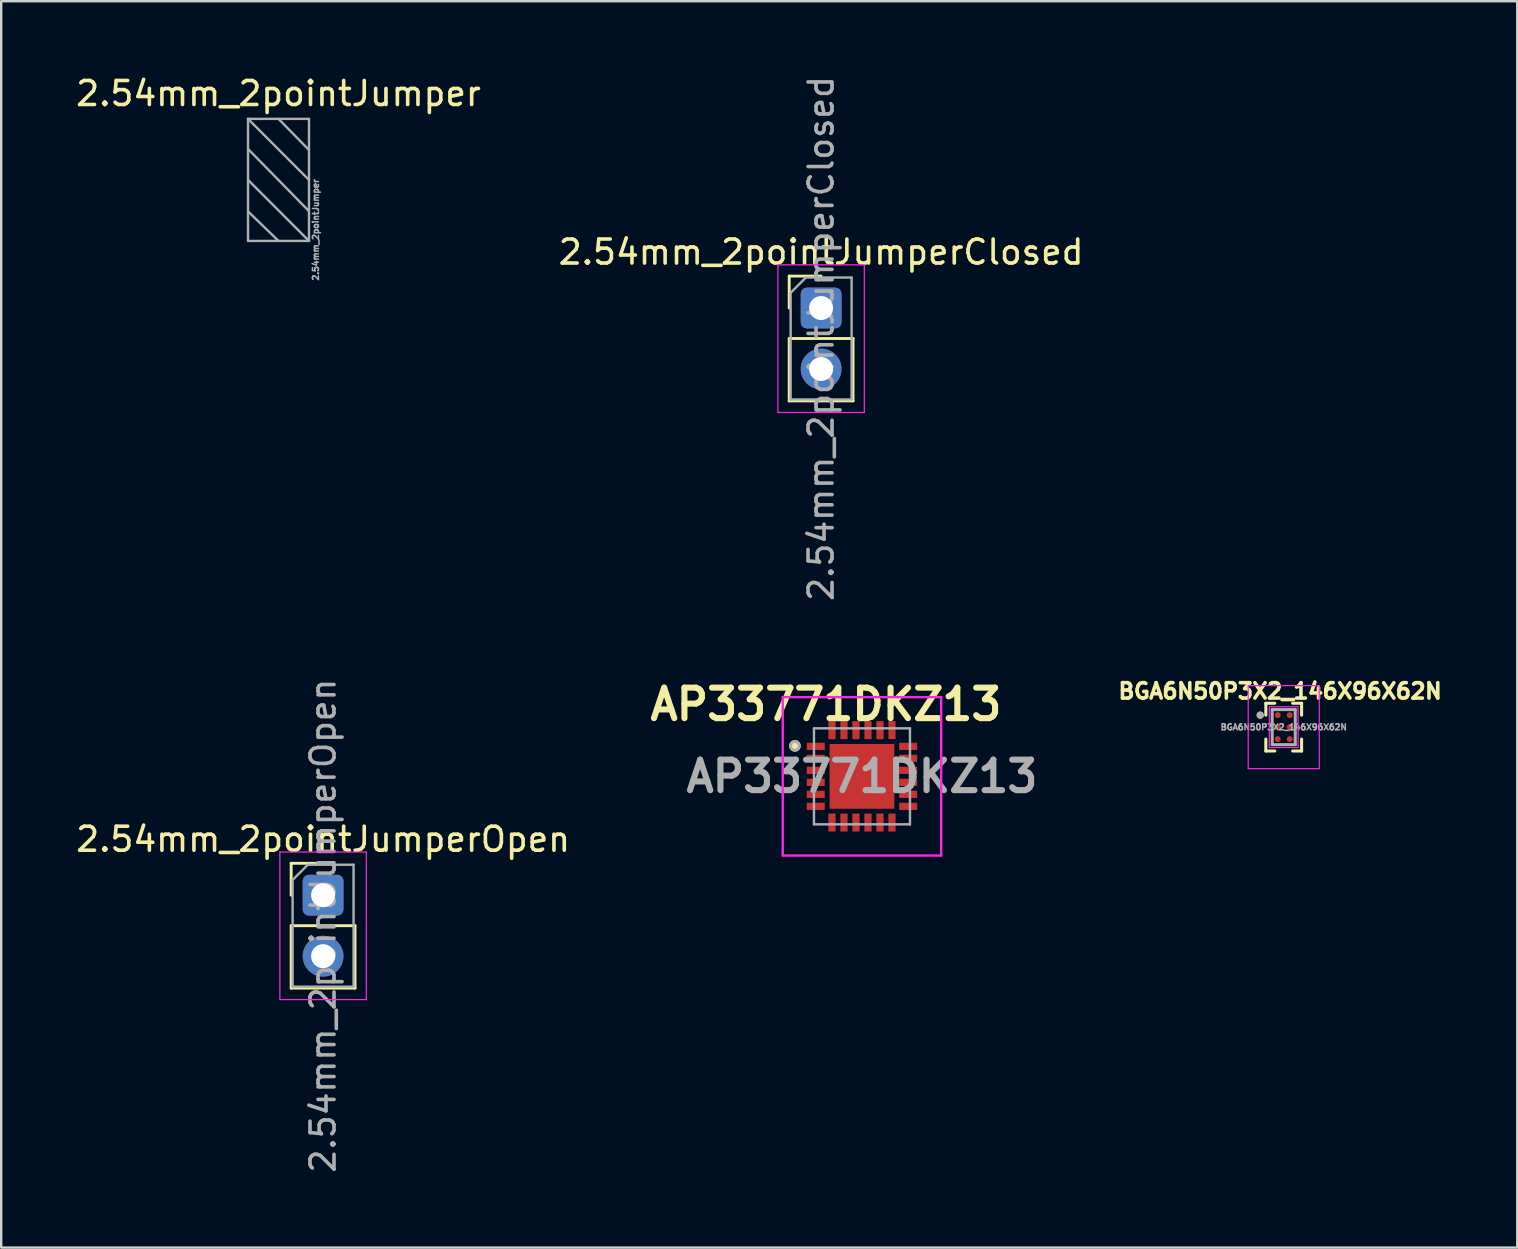
<source format=kicad_pcb>
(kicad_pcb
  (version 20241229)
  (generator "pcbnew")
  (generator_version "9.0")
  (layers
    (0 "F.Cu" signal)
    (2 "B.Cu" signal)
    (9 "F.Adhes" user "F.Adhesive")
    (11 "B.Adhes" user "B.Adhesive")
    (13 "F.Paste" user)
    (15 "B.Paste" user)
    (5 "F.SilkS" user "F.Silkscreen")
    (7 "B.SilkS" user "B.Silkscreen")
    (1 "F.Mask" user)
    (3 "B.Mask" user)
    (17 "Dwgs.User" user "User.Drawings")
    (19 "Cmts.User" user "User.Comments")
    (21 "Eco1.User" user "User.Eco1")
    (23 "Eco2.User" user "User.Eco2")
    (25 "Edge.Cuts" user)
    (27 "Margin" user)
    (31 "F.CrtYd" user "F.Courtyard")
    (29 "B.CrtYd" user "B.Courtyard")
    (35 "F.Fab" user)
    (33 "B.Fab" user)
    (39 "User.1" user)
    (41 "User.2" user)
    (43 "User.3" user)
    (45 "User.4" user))
  (footprint "AP33771DKZ13"
    (layer "F.Cu")
    (at 32.863 29.296)
    (property "Reference" "AP33771DKZ13" (at -1.5 -3 0) (layer "F.SilkS") (effects (font (size 1.27 1.27) (thickness 0.254))))
    (attr smd)
    (fp_circle (center -2.794 -1.27) (end -2.614 -1.27) (stroke (width 0.12) (type solid)) (fill yes) (layer "F.SilkS"))
    (fp_line (start -3.3 -3.3) (end 3.3 -3.3) (stroke (width 0.1) (type solid)) (layer "F.CrtYd"))
    (fp_line (start -3.3 3.3) (end -3.3 -3.3) (stroke (width 0.1) (type solid)) (layer "F.CrtYd"))
    (fp_line (start 3.3 -3.3) (end 3.3 3.3) (stroke (width 0.1) (type solid)) (layer "F.CrtYd"))
    (fp_line (start 3.3 3.3) (end -3.3 3.3) (stroke (width 0.1) (type solid)) (layer "F.CrtYd"))
    (fp_line (start -2 -2) (end 2 -2) (stroke (width 0.1) (type solid)) (layer "F.Fab"))
    (fp_line (start -2 2) (end -2 -2) (stroke (width 0.1) (type solid)) (layer "F.Fab"))
    (fp_line (start 2 -2) (end 2 2) (stroke (width 0.1) (type solid)) (layer "F.Fab"))
    (fp_line (start 2 2) (end -2 2) (stroke (width 0.1) (type solid)) (layer "F.Fab"))
    (fp_circle (center -2.794 -1.27) (end -2.614 -1.27) (stroke (width 0.12) (type solid)) (fill no) (layer "F.Fab"))
    (fp_text user "${REFERENCE}" (at 0 0 0) (layer "F.Fab") (effects (font (size 1.27 1.27) (thickness 0.254))))
    (pad "1" smd rect (at -1.925 -1.25 90) (size 0.3 0.75) (layers "F.Cu" "F.Mask" "F.Paste"))
    (pad "2" smd rect (at -1.925 -0.75 90) (size 0.3 0.75) (layers "F.Cu" "F.Mask" "F.Paste"))
    (pad "3" smd rect (at -1.925 -0.25 90) (size 0.3 0.75) (layers "F.Cu" "F.Mask" "F.Paste"))
    (pad "4" smd rect (at -1.925 0.25 90) (size 0.3 0.75) (layers "F.Cu" "F.Mask" "F.Paste"))
    (pad "5" smd rect (at -1.925 0.75 90) (size 0.3 0.75) (layers "F.Cu" "F.Mask" "F.Paste"))
    (pad "6" smd rect (at -1.925 1.25 90) (size 0.3 0.75) (layers "F.Cu" "F.Mask" "F.Paste"))
    (pad "7" smd rect (at -1.25 1.925) (size 0.3 0.75) (layers "F.Cu" "F.Mask" "F.Paste"))
    (pad "8" smd rect (at -0.75 1.925) (size 0.3 0.75) (layers "F.Cu" "F.Mask" "F.Paste"))
    (pad "9" smd rect (at -0.25 1.925) (size 0.3 0.75) (layers "F.Cu" "F.Mask" "F.Paste"))
    (pad "10" smd rect (at 0.25 1.925) (size 0.3 0.75) (layers "F.Cu" "F.Mask" "F.Paste"))
    (pad "11" smd rect (at 0.75 1.925) (size 0.3 0.75) (layers "F.Cu" "F.Mask" "F.Paste"))
    (pad "12" smd rect (at 1.25 1.925) (size 0.3 0.75) (layers "F.Cu" "F.Mask" "F.Paste"))
    (pad "13" smd rect (at 1.925 1.25 90) (size 0.3 0.75) (layers "F.Cu" "F.Mask" "F.Paste"))
    (pad "14" smd rect (at 1.925 0.75 90) (size 0.3 0.75) (layers "F.Cu" "F.Mask" "F.Paste"))
    (pad "15" smd rect (at 1.925 0.25 90) (size 0.3 0.75) (layers "F.Cu" "F.Mask" "F.Paste"))
    (pad "16" smd rect (at 1.925 -0.25 90) (size 0.3 0.75) (layers "F.Cu" "F.Mask" "F.Paste"))
    (pad "17" smd rect (at 1.925 -0.75 90) (size 0.3 0.75) (layers "F.Cu" "F.Mask" "F.Paste"))
    (pad "18" smd rect (at 1.925 -1.25 90) (size 0.3 0.75) (layers "F.Cu" "F.Mask" "F.Paste"))
    (pad "19" smd rect (at 1.25 -1.925) (size 0.3 0.75) (layers "F.Cu" "F.Mask" "F.Paste"))
    (pad "20" smd rect (at 0.75 -1.925) (size 0.3 0.75) (layers "F.Cu" "F.Mask" "F.Paste"))
    (pad "21" smd rect (at 0.25 -1.925) (size 0.3 0.75) (layers "F.Cu" "F.Mask" "F.Paste"))
    (pad "22" smd rect (at -0.25 -1.925) (size 0.3 0.75) (layers "F.Cu" "F.Mask" "F.Paste"))
    (pad "23" smd rect (at -0.75 -1.925) (size 0.3 0.75) (layers "F.Cu" "F.Mask" "F.Paste"))
    (pad "24" smd rect (at -1.25 -1.925) (size 0.3 0.75) (layers "F.Cu" "F.Mask" "F.Paste"))
    (pad "25" smd rect (at 0 0) (size 2.7 2.7) (layers "F.Cu" "F.Mask" "F.Paste")))
  (footprint "2.54mm_2pointJumper"
    (layer "F.Cu")
    (at 8.554 3.178)
    (property "Reference" "2.54mm_2pointJumper" (at 0 -2.33 0) (layer "F.SilkS") (effects (font (size 1 1) (thickness 0.15))))
    (attr through_hole)
    (fp_line (start -1.27 -1.275) (end 1.27 1.27) (stroke (width 0.1) (type solid)) (layer "F.Fab"))
    (fp_line (start -1.27 1.268) (end 1.27 3.81) (stroke (width 0.1) (type solid)) (layer "F.Fab"))
    (fp_line (start -1.27 3.81) (end -1.27 -1.275) (stroke (width 0.1) (type solid)) (layer "F.Fab"))
    (fp_line (start -1.25 0) (end 1.25 2.55) (stroke (width 0.1) (type solid)) (layer "F.Fab"))
    (fp_line (start -1.25 2.6) (end 0 3.81) (stroke (width 0.1) (type solid)) (layer "F.Fab"))
    (fp_line (start 0 -1.275) (end 1.25 0) (stroke (width 0.1) (type solid)) (layer "F.Fab"))
    (fp_line (start 1.27 -1.275) (end -1.27 -1.275) (stroke (width 0.1) (type solid)) (layer "F.Fab"))
    (fp_line (start 1.27 -1.27) (end 1.27 3.81) (stroke (width 0.1) (type solid)) (layer "F.Fab"))
    (fp_line (start 1.27 3.81) (end -1.27 3.81) (stroke (width 0.1) (type solid)) (layer "F.Fab"))
    (fp_text user "${REFERENCE}" (at 1.55 3.35 90) (layer "F.Fab") (effects (font (size 0.25 0.25) (thickness 0.062)))))
  (footprint "2.54mm_2pointJumperClosed"
    (layer "F.Cu")
    (at 31.161 9.784)
    (property "Reference" "2.54mm_2pointJumperClosed" (at 0 -2.33 0) (layer "F.SilkS") (effects (font (size 1 1) (thickness 0.15))))
    (attr through_hole)
    (fp_line (start -1.33 -1.33) (end 0 -1.33) (stroke (width 0.12) (type solid)) (layer "F.SilkS"))
    (fp_line (start -1.33 0) (end -1.33 -1.33) (stroke (width 0.12) (type solid)) (layer "F.SilkS"))
    (fp_line (start -1.33 1.27) (end -1.33 3.87) (stroke (width 0.12) (type solid)) (layer "F.SilkS"))
    (fp_line (start -1.33 1.27) (end 1.33 1.27) (stroke (width 0.12) (type solid)) (layer "F.SilkS"))
    (fp_line (start -1.33 3.87) (end 1.33 3.87) (stroke (width 0.12) (type solid)) (layer "F.SilkS"))
    (fp_line (start 1.33 1.27) (end 1.33 3.87) (stroke (width 0.12) (type solid)) (layer "F.SilkS"))
    (fp_line (start -1.8 -1.8) (end -1.8 4.35) (stroke (width 0.05) (type solid)) (layer "F.CrtYd"))
    (fp_line (start -1.8 4.35) (end 1.8 4.35) (stroke (width 0.05) (type solid)) (layer "F.CrtYd"))
    (fp_line (start 1.8 -1.8) (end -1.8 -1.8) (stroke (width 0.05) (type solid)) (layer "F.CrtYd"))
    (fp_line (start 1.8 4.35) (end 1.8 -1.8) (stroke (width 0.05) (type solid)) (layer "F.CrtYd"))
    (fp_line (start -1.27 -0.635) (end -0.635 -1.27) (stroke (width 0.1) (type solid)) (layer "F.Fab"))
    (fp_line (start -1.27 3.81) (end -1.27 -0.635) (stroke (width 0.1) (type solid)) (layer "F.Fab"))
    (fp_line (start -0.635 -1.27) (end 1.27 -1.27) (stroke (width 0.1) (type solid)) (layer "F.Fab"))
    (fp_line (start 1.27 -1.27) (end 1.27 3.81) (stroke (width 0.1) (type solid)) (layer "F.Fab"))
    (fp_line (start 1.27 3.81) (end -1.27 3.81) (stroke (width 0.1) (type solid)) (layer "F.Fab"))
    (fp_text user "${REFERENCE}" (at 0 1.27 90) (layer "F.Fab") (effects (font (size 1 1) (thickness 0.15))))
    (pad "1" thru_hole roundrect (at 0 0) (size 1.7 1.7) (drill 1) (layers "*.Cu" "*.Mask") (roundrect_rratio 0.15))
    (pad "2" thru_hole oval (at 0 2.54) (size 1.7 1.7) (drill 1) (layers "*.Cu" "*.Mask")))
  (footprint "BGA6N50P3X2_146X96X62N"
    (layer "F.Cu")
    (at 50.435 27.245)
    (property "Reference" "BGA6N50P3X2_146X96X62N" (at -0.15 -1.5 0) (layer "F.SilkS") (effects (font (size 0.64 0.64) (thickness 0.15))))
    (attr smd)
    (fp_line (start -0.745 -0.995) (end -0.745 -0.497) (stroke (width 0.127) (type solid)) (layer "F.SilkS"))
    (fp_line (start -0.745 -0.995) (end -0.372 -0.995) (stroke (width 0.127) (type solid)) (layer "F.SilkS"))
    (fp_line (start -0.745 0.995) (end -0.745 0.497) (stroke (width 0.127) (type solid)) (layer "F.SilkS"))
    (fp_line (start -0.745 0.995) (end -0.372 0.995) (stroke (width 0.127) (type solid)) (layer "F.SilkS"))
    (fp_line (start 0.745 -0.995) (end 0.372 -0.995) (stroke (width 0.127) (type solid)) (layer "F.SilkS"))
    (fp_line (start 0.745 -0.995) (end 0.745 -0.497) (stroke (width 0.127) (type solid)) (layer "F.SilkS"))
    (fp_line (start 0.745 0.995) (end 0.372 0.995) (stroke (width 0.127) (type solid)) (layer "F.SilkS"))
    (fp_line (start 0.745 0.995) (end 0.745 0.497) (stroke (width 0.127) (type solid)) (layer "F.SilkS"))
    (fp_circle (center -0.98 -0.5) (end -0.905 -0.5) (stroke (width 0.15) (type solid)) (fill no) (layer "F.SilkS"))
    (fp_line (start -1.48 -1.73) (end 1.48 -1.73) (stroke (width 0.05) (type solid)) (layer "F.CrtYd"))
    (fp_line (start -1.48 1.73) (end -1.48 -1.73) (stroke (width 0.05) (type solid)) (layer "F.CrtYd"))
    (fp_line (start -1.48 1.73) (end 1.48 1.73) (stroke (width 0.05) (type solid)) (layer "F.CrtYd"))
    (fp_line (start 1.48 1.73) (end 1.48 -1.73) (stroke (width 0.05) (type solid)) (layer "F.CrtYd"))
    (fp_rect (start -0.6 -0.85) (end 0.6 0.85) (stroke (width 0.05) (type solid)) (fill no) (layer "F.CrtYd"))
    (fp_line (start -0.48 0.73) (end -0.48 -0.73) (stroke (width 0.127) (type solid)) (layer "F.Fab"))
    (fp_line (start 0.48 -0.73) (end -0.48 -0.73) (stroke (width 0.127) (type solid)) (layer "F.Fab"))
    (fp_line (start 0.48 0.73) (end -0.48 0.73) (stroke (width 0.127) (type solid)) (layer "F.Fab"))
    (fp_line (start 0.48 0.73) (end 0.48 -0.73) (stroke (width 0.127) (type solid)) (layer "F.Fab"))
    (fp_circle (center -0.98 -0.5) (end -0.905 -0.5) (stroke (width 0.15) (type solid)) (fill no) (layer "F.Fab"))
    (fp_text user "${REFERENCE}" (at 0 0 0) (unlocked yes) (layer "F.Fab") (effects (font (size 0.25 0.25) (thickness 0.062))))
    (pad "" smd roundrect (at -0.25 -0.5) (size 0.255 0.255) (layers "F.Paste") (roundrect_rratio 0.4))
    (pad "" smd roundrect (at -0.25 0) (size 0.255 0.255) (layers "F.Paste") (roundrect_rratio 0.4))
    (pad "" smd roundrect (at -0.25 0.5) (size 0.255 0.255) (layers "F.Paste") (roundrect_rratio 0.4))
    (pad "" smd roundrect (at 0.25 -0.5) (size 0.255 0.255) (layers "F.Paste") (roundrect_rratio 0.4))
    (pad "" smd roundrect (at 0.25 0) (size 0.255 0.255) (layers "F.Paste") (roundrect_rratio 0.4))
    (pad "" smd roundrect (at 0.25 0.5) (size 0.255 0.255) (layers "F.Paste") (roundrect_rratio 0.4))
    (pad "A1" smd circle (at -0.25 -0.5) (size 0.25 0.25) (layers "F.Cu" "F.Mask"))
    (pad "A2" smd circle (at 0.25 -0.5) (size 0.25 0.25) (layers "F.Cu" "F.Mask"))
    (pad "B1" smd circle (at -0.25 0) (size 0.25 0.25) (layers "F.Cu" "F.Mask"))
    (pad "B2" smd circle (at 0.25 0) (size 0.25 0.25) (layers "F.Cu" "F.Mask"))
    (pad "C1" smd circle (at -0.25 0.5) (size 0.25 0.25) (layers "F.Cu" "F.Mask"))
    (pad "C2" smd circle (at 0.25 0.5) (size 0.25 0.25) (layers "F.Cu" "F.Mask")))
  (footprint "2.54mm_2pointJumperOpen"
    (layer "F.Cu")
    (at 10.411 34.248)
    (property "Reference" "2.54mm_2pointJumperOpen" (at 0 -2.33 0) (layer "F.SilkS") (effects (font (size 1 1) (thickness 0.15))))
    (attr through_hole)
    (fp_line (start -1.33 -1.33) (end 0 -1.33) (stroke (width 0.12) (type solid)) (layer "F.SilkS"))
    (fp_line (start -1.33 0) (end -1.33 -1.33) (stroke (width 0.12) (type solid)) (layer "F.SilkS"))
    (fp_line (start -1.33 1.27) (end -1.33 3.87) (stroke (width 0.12) (type solid)) (layer "F.SilkS"))
    (fp_line (start -1.33 1.27) (end 1.33 1.27) (stroke (width 0.12) (type solid)) (layer "F.SilkS"))
    (fp_line (start -1.33 3.87) (end 1.33 3.87) (stroke (width 0.12) (type solid)) (layer "F.SilkS"))
    (fp_line (start 1.33 1.27) (end 1.33 3.87) (stroke (width 0.12) (type solid)) (layer "F.SilkS"))
    (fp_line (start -1.8 -1.8) (end -1.8 4.35) (stroke (width 0.05) (type solid)) (layer "F.CrtYd"))
    (fp_line (start -1.8 4.35) (end 1.8 4.35) (stroke (width 0.05) (type solid)) (layer "F.CrtYd"))
    (fp_line (start 1.8 -1.8) (end -1.8 -1.8) (stroke (width 0.05) (type solid)) (layer "F.CrtYd"))
    (fp_line (start 1.8 4.35) (end 1.8 -1.8) (stroke (width 0.05) (type solid)) (layer "F.CrtYd"))
    (fp_line (start -1.27 -0.635) (end -0.635 -1.27) (stroke (width 0.1) (type solid)) (layer "F.Fab"))
    (fp_line (start -1.27 3.81) (end -1.27 -0.635) (stroke (width 0.1) (type solid)) (layer "F.Fab"))
    (fp_line (start -0.635 -1.27) (end 1.27 -1.27) (stroke (width 0.1) (type solid)) (layer "F.Fab"))
    (fp_line (start 1.27 -1.27) (end 1.27 3.81) (stroke (width 0.1) (type solid)) (layer "F.Fab"))
    (fp_line (start 1.27 3.81) (end -1.27 3.81) (stroke (width 0.1) (type solid)) (layer "F.Fab"))
    (fp_text user "${REFERENCE}" (at 0 1.27 90) (layer "F.Fab") (effects (font (size 1 1) (thickness 0.15))))
    (pad "1" thru_hole roundrect (at 0 0) (size 1.7 1.7) (drill 1) (layers "*.Cu" "*.Mask") (roundrect_rratio 0.15))
    (pad "2" thru_hole oval (at 0 2.54) (size 1.7 1.7) (drill 1) (layers "*.Cu" "*.Mask")))
  (gr_rect
    (start -3 -3)
    (end 60.166 48.929)
    (stroke (width 0.1) (type default))
    (fill no)
    (layer "Edge.Cuts")))
</source>
